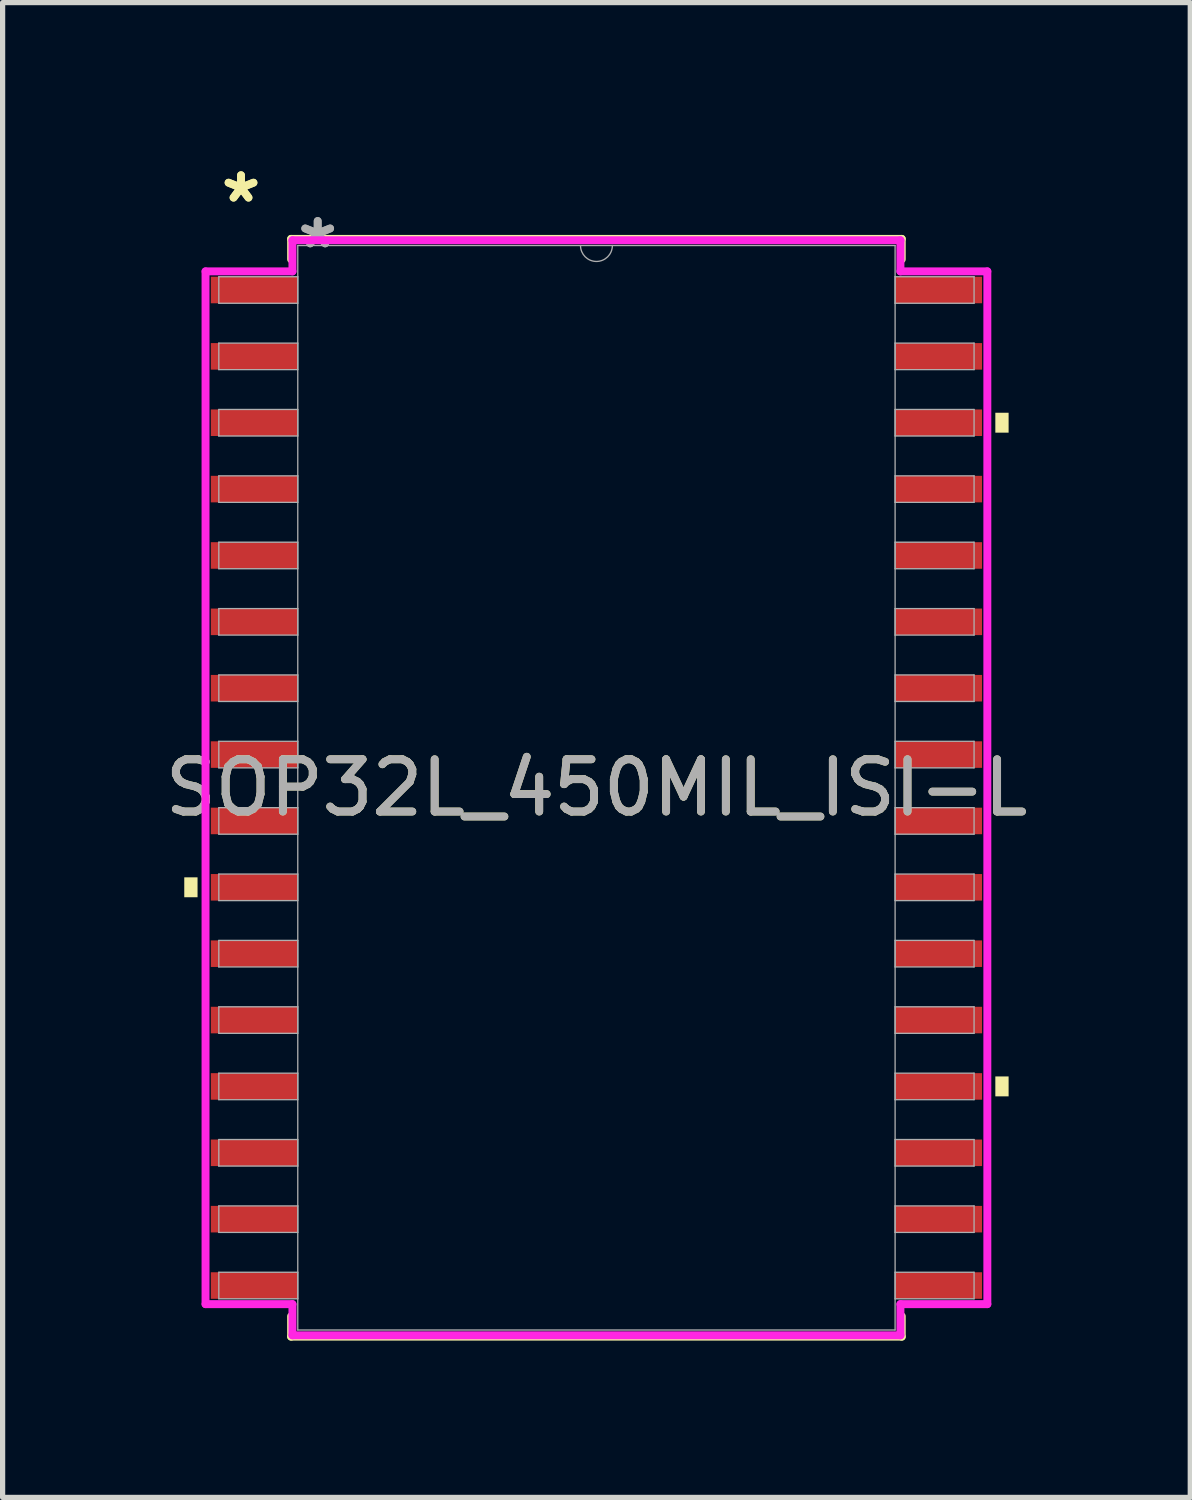
<source format=kicad_pcb>
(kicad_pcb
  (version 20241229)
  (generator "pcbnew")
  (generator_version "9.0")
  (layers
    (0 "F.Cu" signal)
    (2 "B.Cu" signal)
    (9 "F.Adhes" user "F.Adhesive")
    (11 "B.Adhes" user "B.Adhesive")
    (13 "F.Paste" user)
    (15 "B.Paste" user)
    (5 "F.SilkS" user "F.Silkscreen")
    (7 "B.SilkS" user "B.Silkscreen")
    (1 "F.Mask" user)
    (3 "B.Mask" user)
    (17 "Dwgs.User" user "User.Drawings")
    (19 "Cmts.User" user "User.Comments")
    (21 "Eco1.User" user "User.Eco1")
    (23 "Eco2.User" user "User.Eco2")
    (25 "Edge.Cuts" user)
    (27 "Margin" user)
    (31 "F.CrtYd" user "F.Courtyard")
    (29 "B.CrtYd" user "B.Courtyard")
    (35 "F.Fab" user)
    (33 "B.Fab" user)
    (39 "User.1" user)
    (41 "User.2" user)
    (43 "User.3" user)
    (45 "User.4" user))
  (footprint "SOP32L_450MIL_ISI-L"
    (layer "F.Cu")
    (at 8.363 12.024)
    (property "Reference" "SOP32L_450MIL_ISI-L" (at 0 0 0) (unlocked yes) (layer "F.SilkS") (effects (font (size 1 1) (thickness 0.15))))
    (attr smd)
    (fp_line (start -5.842 -10.503) (end -5.842 -10.112) (stroke (width 0.152) (type solid)) (layer "F.SilkS"))
    (fp_line (start -5.842 10.112) (end -5.842 10.503) (stroke (width 0.152) (type solid)) (layer "F.SilkS"))
    (fp_line (start -5.842 10.503) (end 5.842 10.503) (stroke (width 0.152) (type solid)) (layer "F.SilkS"))
    (fp_line (start 5.842 -10.503) (end -5.842 -10.503) (stroke (width 0.152) (type solid)) (layer "F.SilkS"))
    (fp_line (start 5.842 -10.112) (end 5.842 -10.503) (stroke (width 0.152) (type solid)) (layer "F.SilkS"))
    (fp_line (start 5.842 10.503) (end 5.842 10.112) (stroke (width 0.152) (type solid)) (layer "F.SilkS"))
    (fp_poly (pts (xy -7.887 1.714) (xy -7.887 2.095) (xy -7.633 2.095) (xy -7.633 1.714)) (stroke (width 0) (type solid)) (fill yes) (layer "F.SilkS"))
    (fp_poly (pts (xy 7.887 -7.176) (xy 7.887 -6.795) (xy 7.633 -6.795) (xy 7.633 -7.176)) (stroke (width 0) (type solid)) (fill yes) (layer "F.SilkS"))
    (fp_poly (pts (xy 7.887 5.524) (xy 7.887 5.905) (xy 7.633 5.905) (xy 7.633 5.524)) (stroke (width 0) (type solid)) (fill yes) (layer "F.SilkS"))
    (fp_line (start -7.48 -9.881) (end -5.817 -9.881) (stroke (width 0.152) (type solid)) (layer "F.CrtYd"))
    (fp_line (start -7.48 9.881) (end -7.48 -9.881) (stroke (width 0.152) (type solid)) (layer "F.CrtYd"))
    (fp_line (start -7.48 9.881) (end -5.817 9.881) (stroke (width 0.152) (type solid)) (layer "F.CrtYd"))
    (fp_line (start -5.817 -10.477) (end 5.817 -10.477) (stroke (width 0.152) (type solid)) (layer "F.CrtYd"))
    (fp_line (start -5.817 -9.881) (end -5.817 -10.477) (stroke (width 0.152) (type solid)) (layer "F.CrtYd"))
    (fp_line (start -5.817 10.477) (end -5.817 9.881) (stroke (width 0.152) (type solid)) (layer "F.CrtYd"))
    (fp_line (start 5.817 -10.477) (end 5.817 -9.881) (stroke (width 0.152) (type solid)) (layer "F.CrtYd"))
    (fp_line (start 5.817 9.881) (end 5.817 10.477) (stroke (width 0.152) (type solid)) (layer "F.CrtYd"))
    (fp_line (start 5.817 10.477) (end -5.817 10.477) (stroke (width 0.152) (type solid)) (layer "F.CrtYd"))
    (fp_line (start 7.48 -9.881) (end 5.817 -9.881) (stroke (width 0.152) (type solid)) (layer "F.CrtYd"))
    (fp_line (start 7.48 -9.881) (end 7.48 9.881) (stroke (width 0.152) (type solid)) (layer "F.CrtYd"))
    (fp_line (start 7.48 9.881) (end 5.817 9.881) (stroke (width 0.152) (type solid)) (layer "F.CrtYd"))
    (fp_line (start -7.226 -9.779) (end -7.226 -9.271) (stroke (width 0.025) (type solid)) (layer "F.Fab"))
    (fp_line (start -7.226 -9.271) (end -5.715 -9.271) (stroke (width 0.025) (type solid)) (layer "F.Fab"))
    (fp_line (start -7.226 -8.509) (end -7.226 -8.001) (stroke (width 0.025) (type solid)) (layer "F.Fab"))
    (fp_line (start -7.226 -8.001) (end -5.715 -8.001) (stroke (width 0.025) (type solid)) (layer "F.Fab"))
    (fp_line (start -7.226 -7.239) (end -7.226 -6.731) (stroke (width 0.025) (type solid)) (layer "F.Fab"))
    (fp_line (start -7.226 -6.731) (end -5.715 -6.731) (stroke (width 0.025) (type solid)) (layer "F.Fab"))
    (fp_line (start -7.226 -5.969) (end -7.226 -5.461) (stroke (width 0.025) (type solid)) (layer "F.Fab"))
    (fp_line (start -7.226 -5.461) (end -5.715 -5.461) (stroke (width 0.025) (type solid)) (layer "F.Fab"))
    (fp_line (start -7.226 -4.699) (end -7.226 -4.191) (stroke (width 0.025) (type solid)) (layer "F.Fab"))
    (fp_line (start -7.226 -4.191) (end -5.715 -4.191) (stroke (width 0.025) (type solid)) (layer "F.Fab"))
    (fp_line (start -7.226 -3.429) (end -7.226 -2.921) (stroke (width 0.025) (type solid)) (layer "F.Fab"))
    (fp_line (start -7.226 -2.921) (end -5.715 -2.921) (stroke (width 0.025) (type solid)) (layer "F.Fab"))
    (fp_line (start -7.226 -2.159) (end -7.226 -1.651) (stroke (width 0.025) (type solid)) (layer "F.Fab"))
    (fp_line (start -7.226 -1.651) (end -5.715 -1.651) (stroke (width 0.025) (type solid)) (layer "F.Fab"))
    (fp_line (start -7.226 -0.889) (end -7.226 -0.381) (stroke (width 0.025) (type solid)) (layer "F.Fab"))
    (fp_line (start -7.226 -0.381) (end -5.715 -0.381) (stroke (width 0.025) (type solid)) (layer "F.Fab"))
    (fp_line (start -7.226 0.381) (end -7.226 0.889) (stroke (width 0.025) (type solid)) (layer "F.Fab"))
    (fp_line (start -7.226 0.889) (end -5.715 0.889) (stroke (width 0.025) (type solid)) (layer "F.Fab"))
    (fp_line (start -7.226 1.651) (end -7.226 2.159) (stroke (width 0.025) (type solid)) (layer "F.Fab"))
    (fp_line (start -7.226 2.159) (end -5.715 2.159) (stroke (width 0.025) (type solid)) (layer "F.Fab"))
    (fp_line (start -7.226 2.921) (end -7.226 3.429) (stroke (width 0.025) (type solid)) (layer "F.Fab"))
    (fp_line (start -7.226 3.429) (end -5.715 3.429) (stroke (width 0.025) (type solid)) (layer "F.Fab"))
    (fp_line (start -7.226 4.191) (end -7.226 4.699) (stroke (width 0.025) (type solid)) (layer "F.Fab"))
    (fp_line (start -7.226 4.699) (end -5.715 4.699) (stroke (width 0.025) (type solid)) (layer "F.Fab"))
    (fp_line (start -7.226 5.461) (end -7.226 5.969) (stroke (width 0.025) (type solid)) (layer "F.Fab"))
    (fp_line (start -7.226 5.969) (end -5.715 5.969) (stroke (width 0.025) (type solid)) (layer "F.Fab"))
    (fp_line (start -7.226 6.731) (end -7.226 7.239) (stroke (width 0.025) (type solid)) (layer "F.Fab"))
    (fp_line (start -7.226 7.239) (end -5.715 7.239) (stroke (width 0.025) (type solid)) (layer "F.Fab"))
    (fp_line (start -7.226 8.001) (end -7.226 8.509) (stroke (width 0.025) (type solid)) (layer "F.Fab"))
    (fp_line (start -7.226 8.509) (end -5.715 8.509) (stroke (width 0.025) (type solid)) (layer "F.Fab"))
    (fp_line (start -7.226 9.271) (end -7.226 9.779) (stroke (width 0.025) (type solid)) (layer "F.Fab"))
    (fp_line (start -7.226 9.779) (end -5.715 9.779) (stroke (width 0.025) (type solid)) (layer "F.Fab"))
    (fp_line (start -5.715 -10.376) (end -5.715 10.376) (stroke (width 0.025) (type solid)) (layer "F.Fab"))
    (fp_line (start -5.715 -9.779) (end -7.226 -9.779) (stroke (width 0.025) (type solid)) (layer "F.Fab"))
    (fp_line (start -5.715 -9.271) (end -5.715 -9.779) (stroke (width 0.025) (type solid)) (layer "F.Fab"))
    (fp_line (start -5.715 -8.509) (end -7.226 -8.509) (stroke (width 0.025) (type solid)) (layer "F.Fab"))
    (fp_line (start -5.715 -8.001) (end -5.715 -8.509) (stroke (width 0.025) (type solid)) (layer "F.Fab"))
    (fp_line (start -5.715 -7.239) (end -7.226 -7.239) (stroke (width 0.025) (type solid)) (layer "F.Fab"))
    (fp_line (start -5.715 -6.731) (end -5.715 -7.239) (stroke (width 0.025) (type solid)) (layer "F.Fab"))
    (fp_line (start -5.715 -5.969) (end -7.226 -5.969) (stroke (width 0.025) (type solid)) (layer "F.Fab"))
    (fp_line (start -5.715 -5.461) (end -5.715 -5.969) (stroke (width 0.025) (type solid)) (layer "F.Fab"))
    (fp_line (start -5.715 -4.699) (end -7.226 -4.699) (stroke (width 0.025) (type solid)) (layer "F.Fab"))
    (fp_line (start -5.715 -4.191) (end -5.715 -4.699) (stroke (width 0.025) (type solid)) (layer "F.Fab"))
    (fp_line (start -5.715 -3.429) (end -7.226 -3.429) (stroke (width 0.025) (type solid)) (layer "F.Fab"))
    (fp_line (start -5.715 -2.921) (end -5.715 -3.429) (stroke (width 0.025) (type solid)) (layer "F.Fab"))
    (fp_line (start -5.715 -2.159) (end -7.226 -2.159) (stroke (width 0.025) (type solid)) (layer "F.Fab"))
    (fp_line (start -5.715 -1.651) (end -5.715 -2.159) (stroke (width 0.025) (type solid)) (layer "F.Fab"))
    (fp_line (start -5.715 -0.889) (end -7.226 -0.889) (stroke (width 0.025) (type solid)) (layer "F.Fab"))
    (fp_line (start -5.715 -0.381) (end -5.715 -0.889) (stroke (width 0.025) (type solid)) (layer "F.Fab"))
    (fp_line (start -5.715 0.381) (end -7.226 0.381) (stroke (width 0.025) (type solid)) (layer "F.Fab"))
    (fp_line (start -5.715 0.889) (end -5.715 0.381) (stroke (width 0.025) (type solid)) (layer "F.Fab"))
    (fp_line (start -5.715 1.651) (end -7.226 1.651) (stroke (width 0.025) (type solid)) (layer "F.Fab"))
    (fp_line (start -5.715 2.159) (end -5.715 1.651) (stroke (width 0.025) (type solid)) (layer "F.Fab"))
    (fp_line (start -5.715 2.921) (end -7.226 2.921) (stroke (width 0.025) (type solid)) (layer "F.Fab"))
    (fp_line (start -5.715 3.429) (end -5.715 2.921) (stroke (width 0.025) (type solid)) (layer "F.Fab"))
    (fp_line (start -5.715 4.191) (end -7.226 4.191) (stroke (width 0.025) (type solid)) (layer "F.Fab"))
    (fp_line (start -5.715 4.699) (end -5.715 4.191) (stroke (width 0.025) (type solid)) (layer "F.Fab"))
    (fp_line (start -5.715 5.461) (end -7.226 5.461) (stroke (width 0.025) (type solid)) (layer "F.Fab"))
    (fp_line (start -5.715 5.969) (end -5.715 5.461) (stroke (width 0.025) (type solid)) (layer "F.Fab"))
    (fp_line (start -5.715 6.731) (end -7.226 6.731) (stroke (width 0.025) (type solid)) (layer "F.Fab"))
    (fp_line (start -5.715 7.239) (end -5.715 6.731) (stroke (width 0.025) (type solid)) (layer "F.Fab"))
    (fp_line (start -5.715 8.001) (end -7.226 8.001) (stroke (width 0.025) (type solid)) (layer "F.Fab"))
    (fp_line (start -5.715 8.509) (end -5.715 8.001) (stroke (width 0.025) (type solid)) (layer "F.Fab"))
    (fp_line (start -5.715 9.271) (end -7.226 9.271) (stroke (width 0.025) (type solid)) (layer "F.Fab"))
    (fp_line (start -5.715 9.779) (end -5.715 9.271) (stroke (width 0.025) (type solid)) (layer "F.Fab"))
    (fp_line (start -5.715 10.376) (end 5.715 10.376) (stroke (width 0.025) (type solid)) (layer "F.Fab"))
    (fp_line (start 5.715 -10.376) (end -5.715 -10.376) (stroke (width 0.025) (type solid)) (layer "F.Fab"))
    (fp_line (start 5.715 -9.779) (end 5.715 -9.271) (stroke (width 0.025) (type solid)) (layer "F.Fab"))
    (fp_line (start 5.715 -9.271) (end 7.226 -9.271) (stroke (width 0.025) (type solid)) (layer "F.Fab"))
    (fp_line (start 5.715 -8.509) (end 5.715 -8.001) (stroke (width 0.025) (type solid)) (layer "F.Fab"))
    (fp_line (start 5.715 -8.001) (end 7.226 -8.001) (stroke (width 0.025) (type solid)) (layer "F.Fab"))
    (fp_line (start 5.715 -7.239) (end 5.715 -6.731) (stroke (width 0.025) (type solid)) (layer "F.Fab"))
    (fp_line (start 5.715 -6.731) (end 7.226 -6.731) (stroke (width 0.025) (type solid)) (layer "F.Fab"))
    (fp_line (start 5.715 -5.969) (end 5.715 -5.461) (stroke (width 0.025) (type solid)) (layer "F.Fab"))
    (fp_line (start 5.715 -5.461) (end 7.226 -5.461) (stroke (width 0.025) (type solid)) (layer "F.Fab"))
    (fp_line (start 5.715 -4.699) (end 5.715 -4.191) (stroke (width 0.025) (type solid)) (layer "F.Fab"))
    (fp_line (start 5.715 -4.191) (end 7.226 -4.191) (stroke (width 0.025) (type solid)) (layer "F.Fab"))
    (fp_line (start 5.715 -3.429) (end 5.715 -2.921) (stroke (width 0.025) (type solid)) (layer "F.Fab"))
    (fp_line (start 5.715 -2.921) (end 7.226 -2.921) (stroke (width 0.025) (type solid)) (layer "F.Fab"))
    (fp_line (start 5.715 -2.159) (end 5.715 -1.651) (stroke (width 0.025) (type solid)) (layer "F.Fab"))
    (fp_line (start 5.715 -1.651) (end 7.226 -1.651) (stroke (width 0.025) (type solid)) (layer "F.Fab"))
    (fp_line (start 5.715 -0.889) (end 5.715 -0.381) (stroke (width 0.025) (type solid)) (layer "F.Fab"))
    (fp_line (start 5.715 -0.381) (end 7.226 -0.381) (stroke (width 0.025) (type solid)) (layer "F.Fab"))
    (fp_line (start 5.715 0.381) (end 5.715 0.889) (stroke (width 0.025) (type solid)) (layer "F.Fab"))
    (fp_line (start 5.715 0.889) (end 7.226 0.889) (stroke (width 0.025) (type solid)) (layer "F.Fab"))
    (fp_line (start 5.715 1.651) (end 5.715 2.159) (stroke (width 0.025) (type solid)) (layer "F.Fab"))
    (fp_line (start 5.715 2.159) (end 7.226 2.159) (stroke (width 0.025) (type solid)) (layer "F.Fab"))
    (fp_line (start 5.715 2.921) (end 5.715 3.429) (stroke (width 0.025) (type solid)) (layer "F.Fab"))
    (fp_line (start 5.715 3.429) (end 7.226 3.429) (stroke (width 0.025) (type solid)) (layer "F.Fab"))
    (fp_line (start 5.715 4.191) (end 5.715 4.699) (stroke (width 0.025) (type solid)) (layer "F.Fab"))
    (fp_line (start 5.715 4.699) (end 7.226 4.699) (stroke (width 0.025) (type solid)) (layer "F.Fab"))
    (fp_line (start 5.715 5.461) (end 5.715 5.969) (stroke (width 0.025) (type solid)) (layer "F.Fab"))
    (fp_line (start 5.715 5.969) (end 7.226 5.969) (stroke (width 0.025) (type solid)) (layer "F.Fab"))
    (fp_line (start 5.715 6.731) (end 5.715 7.239) (stroke (width 0.025) (type solid)) (layer "F.Fab"))
    (fp_line (start 5.715 7.239) (end 7.226 7.239) (stroke (width 0.025) (type solid)) (layer "F.Fab"))
    (fp_line (start 5.715 8.001) (end 5.715 8.509) (stroke (width 0.025) (type solid)) (layer "F.Fab"))
    (fp_line (start 5.715 8.509) (end 7.226 8.509) (stroke (width 0.025) (type solid)) (layer "F.Fab"))
    (fp_line (start 5.715 9.271) (end 5.715 9.779) (stroke (width 0.025) (type solid)) (layer "F.Fab"))
    (fp_line (start 5.715 9.779) (end 7.226 9.779) (stroke (width 0.025) (type solid)) (layer "F.Fab"))
    (fp_line (start 5.715 10.376) (end 5.715 -10.376) (stroke (width 0.025) (type solid)) (layer "F.Fab"))
    (fp_line (start 7.226 -9.779) (end 5.715 -9.779) (stroke (width 0.025) (type solid)) (layer "F.Fab"))
    (fp_line (start 7.226 -9.271) (end 7.226 -9.779) (stroke (width 0.025) (type solid)) (layer "F.Fab"))
    (fp_line (start 7.226 -8.509) (end 5.715 -8.509) (stroke (width 0.025) (type solid)) (layer "F.Fab"))
    (fp_line (start 7.226 -8.001) (end 7.226 -8.509) (stroke (width 0.025) (type solid)) (layer "F.Fab"))
    (fp_line (start 7.226 -7.239) (end 5.715 -7.239) (stroke (width 0.025) (type solid)) (layer "F.Fab"))
    (fp_line (start 7.226 -6.731) (end 7.226 -7.239) (stroke (width 0.025) (type solid)) (layer "F.Fab"))
    (fp_line (start 7.226 -5.969) (end 5.715 -5.969) (stroke (width 0.025) (type solid)) (layer "F.Fab"))
    (fp_line (start 7.226 -5.461) (end 7.226 -5.969) (stroke (width 0.025) (type solid)) (layer "F.Fab"))
    (fp_line (start 7.226 -4.699) (end 5.715 -4.699) (stroke (width 0.025) (type solid)) (layer "F.Fab"))
    (fp_line (start 7.226 -4.191) (end 7.226 -4.699) (stroke (width 0.025) (type solid)) (layer "F.Fab"))
    (fp_line (start 7.226 -3.429) (end 5.715 -3.429) (stroke (width 0.025) (type solid)) (layer "F.Fab"))
    (fp_line (start 7.226 -2.921) (end 7.226 -3.429) (stroke (width 0.025) (type solid)) (layer "F.Fab"))
    (fp_line (start 7.226 -2.159) (end 5.715 -2.159) (stroke (width 0.025) (type solid)) (layer "F.Fab"))
    (fp_line (start 7.226 -1.651) (end 7.226 -2.159) (stroke (width 0.025) (type solid)) (layer "F.Fab"))
    (fp_line (start 7.226 -0.889) (end 5.715 -0.889) (stroke (width 0.025) (type solid)) (layer "F.Fab"))
    (fp_line (start 7.226 -0.381) (end 7.226 -0.889) (stroke (width 0.025) (type solid)) (layer "F.Fab"))
    (fp_line (start 7.226 0.381) (end 5.715 0.381) (stroke (width 0.025) (type solid)) (layer "F.Fab"))
    (fp_line (start 7.226 0.889) (end 7.226 0.381) (stroke (width 0.025) (type solid)) (layer "F.Fab"))
    (fp_line (start 7.226 1.651) (end 5.715 1.651) (stroke (width 0.025) (type solid)) (layer "F.Fab"))
    (fp_line (start 7.226 2.159) (end 7.226 1.651) (stroke (width 0.025) (type solid)) (layer "F.Fab"))
    (fp_line (start 7.226 2.921) (end 5.715 2.921) (stroke (width 0.025) (type solid)) (layer "F.Fab"))
    (fp_line (start 7.226 3.429) (end 7.226 2.921) (stroke (width 0.025) (type solid)) (layer "F.Fab"))
    (fp_line (start 7.226 4.191) (end 5.715 4.191) (stroke (width 0.025) (type solid)) (layer "F.Fab"))
    (fp_line (start 7.226 4.699) (end 7.226 4.191) (stroke (width 0.025) (type solid)) (layer "F.Fab"))
    (fp_line (start 7.226 5.461) (end 5.715 5.461) (stroke (width 0.025) (type solid)) (layer "F.Fab"))
    (fp_line (start 7.226 5.969) (end 7.226 5.461) (stroke (width 0.025) (type solid)) (layer "F.Fab"))
    (fp_line (start 7.226 6.731) (end 5.715 6.731) (stroke (width 0.025) (type solid)) (layer "F.Fab"))
    (fp_line (start 7.226 7.239) (end 7.226 6.731) (stroke (width 0.025) (type solid)) (layer "F.Fab"))
    (fp_line (start 7.226 8.001) (end 5.715 8.001) (stroke (width 0.025) (type solid)) (layer "F.Fab"))
    (fp_line (start 7.226 8.509) (end 7.226 8.001) (stroke (width 0.025) (type solid)) (layer "F.Fab"))
    (fp_line (start 7.226 9.271) (end 5.715 9.271) (stroke (width 0.025) (type solid)) (layer "F.Fab"))
    (fp_line (start 7.226 9.779) (end 7.226 9.271) (stroke (width 0.025) (type solid)) (layer "F.Fab"))
    (fp_arc (start 0.3048 -10.3759) (mid 0 -10.0711) (end -0.3048 -10.3759) (stroke (width 0.0254) (type solid)) (layer "F.Fab"))
    (fp_text user "*" (at -6.801 -11.176 0) (unlocked yes) (layer "F.SilkS") (effects (font (size 1 1) (thickness 0.15))))
    (fp_text user "*" (at -6.801 -11.176 0) (layer "F.SilkS") (effects (font (size 1 1) (thickness 0.15))))
    (fp_text user "*" (at -5.334 -10.3 0) (layer "F.Fab") (effects (font (size 1 1) (thickness 0.15))))
    (fp_text user "*" (at -5.334 -10.3 0) (unlocked yes) (layer "F.Fab") (effects (font (size 1 1) (thickness 0.15))))
    (fp_text user "${REFERENCE}" (at 0 0 0) (unlocked yes) (layer "F.Fab") (effects (font (size 1 1) (thickness 0.15))))
    (pad "1" smd rect (at -6.547 -9.525) (size 1.664 0.508) (layers "F.Cu" "F.Mask" "F.Paste"))
    (pad "2" smd rect (at -6.547 -8.255) (size 1.664 0.508) (layers "F.Cu" "F.Mask" "F.Paste"))
    (pad "3" smd rect (at -6.547 -6.985) (size 1.664 0.508) (layers "F.Cu" "F.Mask" "F.Paste"))
    (pad "4" smd rect (at -6.547 -5.715) (size 1.664 0.508) (layers "F.Cu" "F.Mask" "F.Paste"))
    (pad "5" smd rect (at -6.547 -4.445) (size 1.664 0.508) (layers "F.Cu" "F.Mask" "F.Paste"))
    (pad "6" smd rect (at -6.547 -3.175) (size 1.664 0.508) (layers "F.Cu" "F.Mask" "F.Paste"))
    (pad "7" smd rect (at -6.547 -1.905) (size 1.664 0.508) (layers "F.Cu" "F.Mask" "F.Paste"))
    (pad "8" smd rect (at -6.547 -0.635) (size 1.664 0.508) (layers "F.Cu" "F.Mask" "F.Paste"))
    (pad "9" smd rect (at -6.547 0.635) (size 1.664 0.508) (layers "F.Cu" "F.Mask" "F.Paste"))
    (pad "10" smd rect (at -6.547 1.905) (size 1.664 0.508) (layers "F.Cu" "F.Mask" "F.Paste"))
    (pad "11" smd rect (at -6.547 3.175) (size 1.664 0.508) (layers "F.Cu" "F.Mask" "F.Paste"))
    (pad "12" smd rect (at -6.547 4.445) (size 1.664 0.508) (layers "F.Cu" "F.Mask" "F.Paste"))
    (pad "13" smd rect (at -6.547 5.715) (size 1.664 0.508) (layers "F.Cu" "F.Mask" "F.Paste"))
    (pad "14" smd rect (at -6.547 6.985) (size 1.664 0.508) (layers "F.Cu" "F.Mask" "F.Paste"))
    (pad "15" smd rect (at -6.547 8.255) (size 1.664 0.508) (layers "F.Cu" "F.Mask" "F.Paste"))
    (pad "16" smd rect (at -6.547 9.525) (size 1.664 0.508) (layers "F.Cu" "F.Mask" "F.Paste"))
    (pad "17" smd rect (at 6.547 9.525) (size 1.664 0.508) (layers "F.Cu" "F.Mask" "F.Paste"))
    (pad "18" smd rect (at 6.547 8.255) (size 1.664 0.508) (layers "F.Cu" "F.Mask" "F.Paste"))
    (pad "19" smd rect (at 6.547 6.985) (size 1.664 0.508) (layers "F.Cu" "F.Mask" "F.Paste"))
    (pad "20" smd rect (at 6.547 5.715) (size 1.664 0.508) (layers "F.Cu" "F.Mask" "F.Paste"))
    (pad "21" smd rect (at 6.547 4.445) (size 1.664 0.508) (layers "F.Cu" "F.Mask" "F.Paste"))
    (pad "22" smd rect (at 6.547 3.175) (size 1.664 0.508) (layers "F.Cu" "F.Mask" "F.Paste"))
    (pad "23" smd rect (at 6.547 1.905) (size 1.664 0.508) (layers "F.Cu" "F.Mask" "F.Paste"))
    (pad "24" smd rect (at 6.547 0.635) (size 1.664 0.508) (layers "F.Cu" "F.Mask" "F.Paste"))
    (pad "25" smd rect (at 6.547 -0.635) (size 1.664 0.508) (layers "F.Cu" "F.Mask" "F.Paste"))
    (pad "26" smd rect (at 6.547 -1.905) (size 1.664 0.508) (layers "F.Cu" "F.Mask" "F.Paste"))
    (pad "27" smd rect (at 6.547 -3.175) (size 1.664 0.508) (layers "F.Cu" "F.Mask" "F.Paste"))
    (pad "28" smd rect (at 6.547 -4.445) (size 1.664 0.508) (layers "F.Cu" "F.Mask" "F.Paste"))
    (pad "29" smd rect (at 6.547 -5.715) (size 1.664 0.508) (layers "F.Cu" "F.Mask" "F.Paste"))
    (pad "30" smd rect (at 6.547 -6.985) (size 1.664 0.508) (layers "F.Cu" "F.Mask" "F.Paste"))
    (pad "31" smd rect (at 6.547 -8.255) (size 1.664 0.508) (layers "F.Cu" "F.Mask" "F.Paste"))
    (pad "32" smd rect (at 6.547 -9.525) (size 1.664 0.508) (layers "F.Cu" "F.Mask" "F.Paste")))
  (gr_rect
    (start -3 -3)
    (end 19.726 25.603)
    (stroke (width 0.1) (type default))
    (fill no)
    (layer "Edge.Cuts")))
</source>
